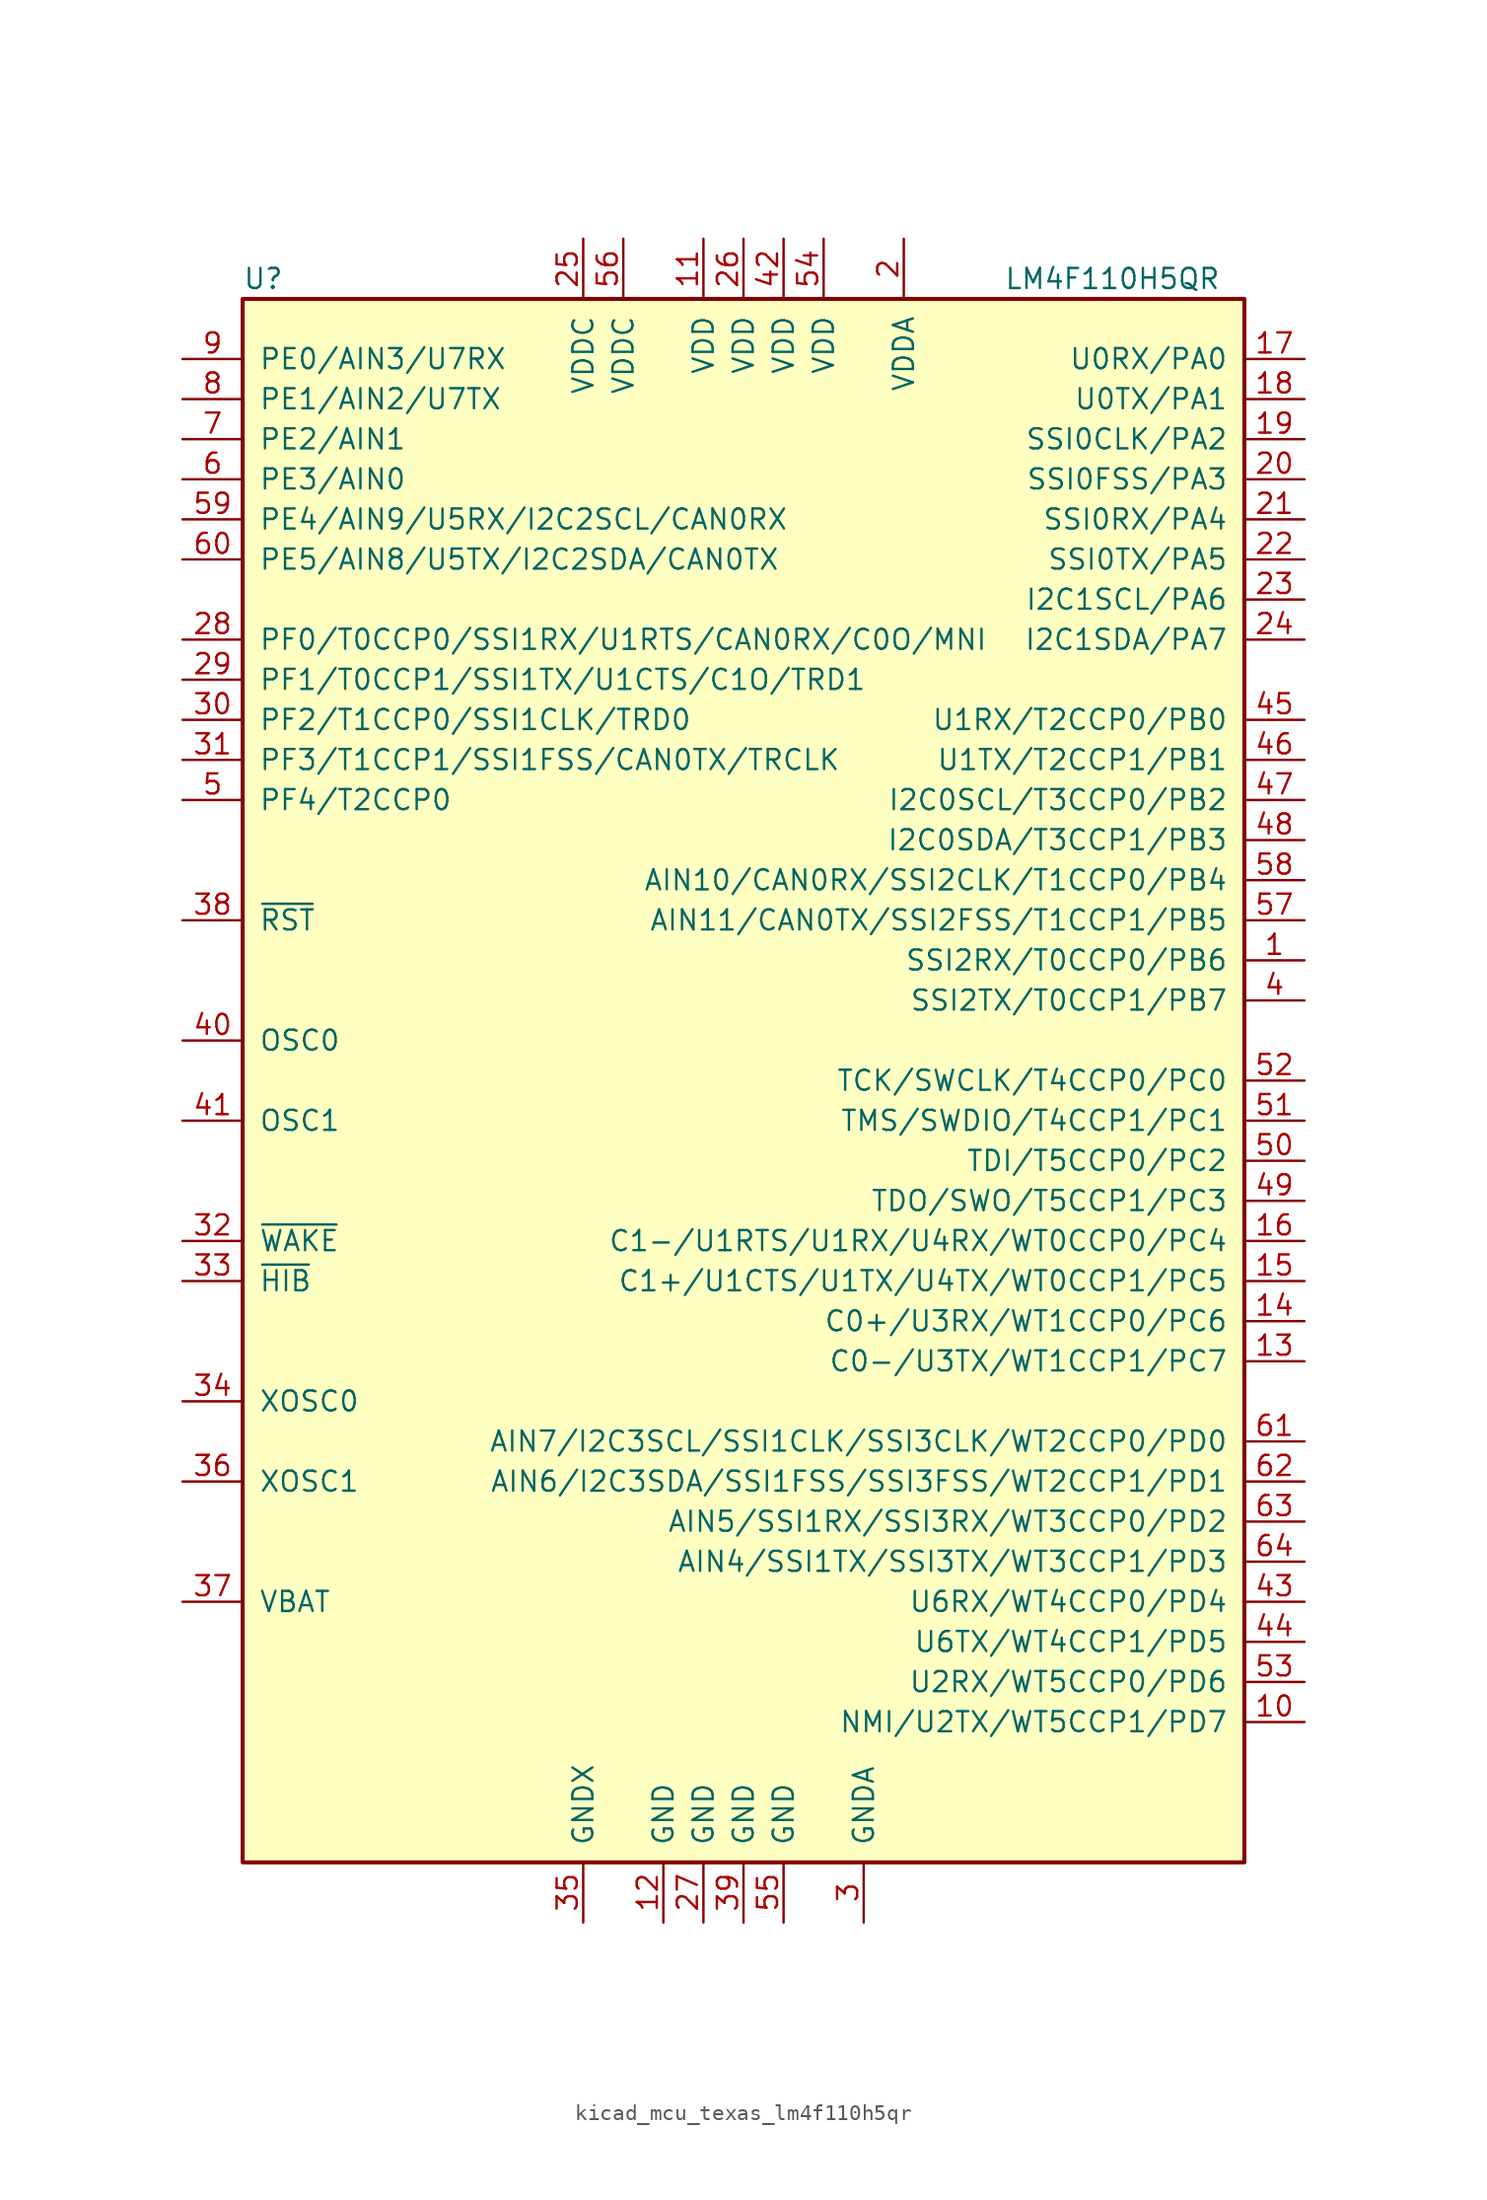
<source format=kicad_sym>
(kicad_symbol_lib
  (version 20220914)
  (generator kicad_symbol_editor)
  (symbol "kicad_mcu_texas_lm4f110h5qr"
    (pin_names
      (offset 1.016))
    (property "Reference" "U"
      (at -31.75 50.8 0)
      (effects (font (size 1.27 1.27)) (justify left)))
    (property "Value" "LM4F110H5QR"
      (at 16.51 50.8 0)
      (effects (font (size 1.27 1.27)) (justify left)))
    (symbol "kicad_mcu_texas_lm4f110h5qr_0_1"
      (rectangle (start -31.75 49.53) (end 31.75 -49.53) (stroke (width 0.254) (type default)) (fill (type background))))
    (symbol "kicad_mcu_texas_lm4f110h5qr_1_1"
      (pin bidirectional line (at 35.56 7.62 180) (length 3.81) (name "SSI2RX/T0CCP0/PB6" (effects (font (size 1.27 1.27)))) (number "1" (effects (font (size 1.27 1.27)))))
      (pin bidirectional line (at 35.56 -40.64 180) (length 3.81) (name "NMI/U2TX/WT5CCP1/PD7" (effects (font (size 1.27 1.27)))) (number "10" (effects (font (size 1.27 1.27)))))
      (pin power_in line (at -2.54 53.34 270) (length 3.81) (name "VDD" (effects (font (size 1.27 1.27)))) (number "11" (effects (font (size 1.27 1.27)))))
      (pin power_in line (at -5.08 -53.34 90) (length 3.81) (name "GND" (effects (font (size 1.27 1.27)))) (number "12" (effects (font (size 1.27 1.27)))))
      (pin bidirectional line (at 35.56 -17.78 180) (length 3.81) (name "C0-/U3TX/WT1CCP1/PC7" (effects (font (size 1.27 1.27)))) (number "13" (effects (font (size 1.27 1.27)))))
      (pin bidirectional line (at 35.56 -15.24 180) (length 3.81) (name "C0+/U3RX/WT1CCP0/PC6" (effects (font (size 1.27 1.27)))) (number "14" (effects (font (size 1.27 1.27)))))
      (pin bidirectional line (at 35.56 -12.7 180) (length 3.81) (name "C1+/U1CTS/U1TX/U4TX/WT0CCP1/PC5" (effects (font (size 1.27 1.27)))) (number "15" (effects (font (size 1.27 1.27)))))
      (pin bidirectional line (at 35.56 -10.16 180) (length 3.81) (name "C1-/U1RTS/U1RX/U4RX/WT0CCP0/PC4" (effects (font (size 1.27 1.27)))) (number "16" (effects (font (size 1.27 1.27)))))
      (pin bidirectional line (at 35.56 45.72 180) (length 3.81) (name "U0RX/PA0" (effects (font (size 1.27 1.27)))) (number "17" (effects (font (size 1.27 1.27)))))
      (pin bidirectional line (at 35.56 43.18 180) (length 3.81) (name "U0TX/PA1" (effects (font (size 1.27 1.27)))) (number "18" (effects (font (size 1.27 1.27)))))
      (pin bidirectional line (at 35.56 40.64 180) (length 3.81) (name "SSI0CLK/PA2" (effects (font (size 1.27 1.27)))) (number "19" (effects (font (size 1.27 1.27)))))
      (pin power_in line (at 10.16 53.34 270) (length 3.81) (name "VDDA" (effects (font (size 1.27 1.27)))) (number "2" (effects (font (size 1.27 1.27)))))
      (pin bidirectional line (at 35.56 38.1 180) (length 3.81) (name "SSI0FSS/PA3" (effects (font (size 1.27 1.27)))) (number "20" (effects (font (size 1.27 1.27)))))
      (pin bidirectional line (at 35.56 35.56 180) (length 3.81) (name "SSI0RX/PA4" (effects (font (size 1.27 1.27)))) (number "21" (effects (font (size 1.27 1.27)))))
      (pin bidirectional line (at 35.56 33.02 180) (length 3.81) (name "SSI0TX/PA5" (effects (font (size 1.27 1.27)))) (number "22" (effects (font (size 1.27 1.27)))))
      (pin bidirectional line (at 35.56 30.48 180) (length 3.81) (name "I2C1SCL/PA6" (effects (font (size 1.27 1.27)))) (number "23" (effects (font (size 1.27 1.27)))))
      (pin bidirectional line (at 35.56 27.94 180) (length 3.81) (name "I2C1SDA/PA7" (effects (font (size 1.27 1.27)))) (number "24" (effects (font (size 1.27 1.27)))))
      (pin power_in line (at -10.16 53.34 270) (length 3.81) (name "VDDC" (effects (font (size 1.27 1.27)))) (number "25" (effects (font (size 1.27 1.27)))))
      (pin power_in line (at 0 53.34 270) (length 3.81) (name "VDD" (effects (font (size 1.27 1.27)))) (number "26" (effects (font (size 1.27 1.27)))))
      (pin power_in line (at -2.54 -53.34 90) (length 3.81) (name "GND" (effects (font (size 1.27 1.27)))) (number "27" (effects (font (size 1.27 1.27)))))
      (pin bidirectional line (at -35.56 27.94 0) (length 3.81) (name "PF0/T0CCP0/SSI1RX/U1RTS/CAN0RX/C0O/MNI" (effects (font (size 1.27 1.27)))) (number "28" (effects (font (size 1.27 1.27)))))
      (pin bidirectional line (at -35.56 25.4 0) (length 3.81) (name "PF1/T0CCP1/SSI1TX/U1CTS/C1O/TRD1" (effects (font (size 1.27 1.27)))) (number "29" (effects (font (size 1.27 1.27)))))
      (pin power_in line (at 7.62 -53.34 90) (length 3.81) (name "GNDA" (effects (font (size 1.27 1.27)))) (number "3" (effects (font (size 1.27 1.27)))))
      (pin bidirectional line (at -35.56 22.86 0) (length 3.81) (name "PF2/T1CCP0/SSI1CLK/TRD0" (effects (font (size 1.27 1.27)))) (number "30" (effects (font (size 1.27 1.27)))))
      (pin bidirectional line (at -35.56 20.32 0) (length 3.81) (name "PF3/T1CCP1/SSI1FSS/CAN0TX/TRCLK" (effects (font (size 1.27 1.27)))) (number "31" (effects (font (size 1.27 1.27)))))
      (pin input line (at -35.56 -10.16 0) (length 3.81) (name "~{WAKE}" (effects (font (size 1.27 1.27)))) (number "32" (effects (font (size 1.27 1.27)))))
      (pin open_collector line (at -35.56 -12.7 0) (length 3.81) (name "~{HIB}" (effects (font (size 1.27 1.27)))) (number "33" (effects (font (size 1.27 1.27)))))
      (pin passive line (at -35.56 -20.32 0) (length 3.81) (name "XOSC0" (effects (font (size 1.27 1.27)))) (number "34" (effects (font (size 1.27 1.27)))))
      (pin power_in line (at -10.16 -53.34 90) (length 3.81) (name "GNDX" (effects (font (size 1.27 1.27)))) (number "35" (effects (font (size 1.27 1.27)))))
      (pin passive line (at -35.56 -25.4 0) (length 3.81) (name "XOSC1" (effects (font (size 1.27 1.27)))) (number "36" (effects (font (size 1.27 1.27)))))
      (pin passive line (at -35.56 -33.02 0) (length 3.81) (name "VBAT" (effects (font (size 1.27 1.27)))) (number "37" (effects (font (size 1.27 1.27)))))
      (pin input line (at -35.56 10.16 0) (length 3.81) (name "~{RST}" (effects (font (size 1.27 1.27)))) (number "38" (effects (font (size 1.27 1.27)))))
      (pin bidirectional line (at 0 -53.34 90) (length 3.81) (name "GND" (effects (font (size 1.27 1.27)))) (number "39" (effects (font (size 1.27 1.27)))))
      (pin bidirectional line (at 35.56 5.08 180) (length 3.81) (name "SSI2TX/T0CCP1/PB7" (effects (font (size 1.27 1.27)))) (number "4" (effects (font (size 1.27 1.27)))))
      (pin passive line (at -35.56 2.54 0) (length 3.81) (name "OSC0" (effects (font (size 1.27 1.27)))) (number "40" (effects (font (size 1.27 1.27)))))
      (pin passive line (at -35.56 -2.54 0) (length 3.81) (name "OSC1" (effects (font (size 1.27 1.27)))) (number "41" (effects (font (size 1.27 1.27)))))
      (pin power_in line (at 2.54 53.34 270) (length 3.81) (name "VDD" (effects (font (size 1.27 1.27)))) (number "42" (effects (font (size 1.27 1.27)))))
      (pin bidirectional line (at 35.56 -33.02 180) (length 3.81) (name "U6RX/WT4CCP0/PD4" (effects (font (size 1.27 1.27)))) (number "43" (effects (font (size 1.27 1.27)))))
      (pin bidirectional line (at 35.56 -35.56 180) (length 3.81) (name "U6TX/WT4CCP1/PD5" (effects (font (size 1.27 1.27)))) (number "44" (effects (font (size 1.27 1.27)))))
      (pin bidirectional line (at 35.56 22.86 180) (length 3.81) (name "U1RX/T2CCP0/PB0" (effects (font (size 1.27 1.27)))) (number "45" (effects (font (size 1.27 1.27)))))
      (pin bidirectional line (at 35.56 20.32 180) (length 3.81) (name "U1TX/T2CCP1/PB1" (effects (font (size 1.27 1.27)))) (number "46" (effects (font (size 1.27 1.27)))))
      (pin bidirectional line (at 35.56 17.78 180) (length 3.81) (name "I2C0SCL/T3CCP0/PB2" (effects (font (size 1.27 1.27)))) (number "47" (effects (font (size 1.27 1.27)))))
      (pin bidirectional line (at 35.56 15.24 180) (length 3.81) (name "I2C0SDA/T3CCP1/PB3" (effects (font (size 1.27 1.27)))) (number "48" (effects (font (size 1.27 1.27)))))
      (pin bidirectional line (at 35.56 -7.62 180) (length 3.81) (name "TDO/SWO/T5CCP1/PC3" (effects (font (size 1.27 1.27)))) (number "49" (effects (font (size 1.27 1.27)))))
      (pin bidirectional line (at -35.56 17.78 0) (length 3.81) (name "PF4/T2CCP0" (effects (font (size 1.27 1.27)))) (number "5" (effects (font (size 1.27 1.27)))))
      (pin bidirectional line (at 35.56 -5.08 180) (length 3.81) (name "TDI/T5CCP0/PC2" (effects (font (size 1.27 1.27)))) (number "50" (effects (font (size 1.27 1.27)))))
      (pin bidirectional line (at 35.56 -2.54 180) (length 3.81) (name "TMS/SWDIO/T4CCP1/PC1" (effects (font (size 1.27 1.27)))) (number "51" (effects (font (size 1.27 1.27)))))
      (pin bidirectional line (at 35.56 0 180) (length 3.81) (name "TCK/SWCLK/T4CCP0/PC0" (effects (font (size 1.27 1.27)))) (number "52" (effects (font (size 1.27 1.27)))))
      (pin bidirectional line (at 35.56 -38.1 180) (length 3.81) (name "U2RX/WT5CCP0/PD6" (effects (font (size 1.27 1.27)))) (number "53" (effects (font (size 1.27 1.27)))))
      (pin power_in line (at 5.08 53.34 270) (length 3.81) (name "VDD" (effects (font (size 1.27 1.27)))) (number "54" (effects (font (size 1.27 1.27)))))
      (pin power_in line (at 2.54 -53.34 90) (length 3.81) (name "GND" (effects (font (size 1.27 1.27)))) (number "55" (effects (font (size 1.27 1.27)))))
      (pin power_in line (at -7.62 53.34 270) (length 3.81) (name "VDDC" (effects (font (size 1.27 1.27)))) (number "56" (effects (font (size 1.27 1.27)))))
      (pin bidirectional line (at 35.56 10.16 180) (length 3.81) (name "AIN11/CAN0TX/SSI2FSS/T1CCP1/PB5" (effects (font (size 1.27 1.27)))) (number "57" (effects (font (size 1.27 1.27)))))
      (pin bidirectional line (at 35.56 12.7 180) (length 3.81) (name "AIN10/CAN0RX/SSI2CLK/T1CCP0/PB4" (effects (font (size 1.27 1.27)))) (number "58" (effects (font (size 1.27 1.27)))))
      (pin bidirectional line (at -35.56 35.56 0) (length 3.81) (name "PE4/AIN9/U5RX/I2C2SCL/CAN0RX" (effects (font (size 1.27 1.27)))) (number "59" (effects (font (size 1.27 1.27)))))
      (pin bidirectional line (at -35.56 38.1 0) (length 3.81) (name "PE3/AIN0" (effects (font (size 1.27 1.27)))) (number "6" (effects (font (size 1.27 1.27)))))
      (pin bidirectional line (at -35.56 33.02 0) (length 3.81) (name "PE5/AIN8/U5TX/I2C2SDA/CAN0TX" (effects (font (size 1.27 1.27)))) (number "60" (effects (font (size 1.27 1.27)))))
      (pin bidirectional line (at 35.56 -22.86 180) (length 3.81) (name "AIN7/I2C3SCL/SSI1CLK/SSI3CLK/WT2CCP0/PD0" (effects (font (size 1.27 1.27)))) (number "61" (effects (font (size 1.27 1.27)))))
      (pin bidirectional line (at 35.56 -25.4 180) (length 3.81) (name "AIN6/I2C3SDA/SSI1FSS/SSI3FSS/WT2CCP1/PD1" (effects (font (size 1.27 1.27)))) (number "62" (effects (font (size 1.27 1.27)))))
      (pin bidirectional line (at 35.56 -27.94 180) (length 3.81) (name "AIN5/SSI1RX/SSI3RX/WT3CCP0/PD2" (effects (font (size 1.27 1.27)))) (number "63" (effects (font (size 1.27 1.27)))))
      (pin bidirectional line (at 35.56 -30.48 180) (length 3.81) (name "AIN4/SSI1TX/SSI3TX/WT3CCP1/PD3" (effects (font (size 1.27 1.27)))) (number "64" (effects (font (size 1.27 1.27)))))
      (pin bidirectional line (at -35.56 40.64 0) (length 3.81) (name "PE2/AIN1" (effects (font (size 1.27 1.27)))) (number "7" (effects (font (size 1.27 1.27)))))
      (pin bidirectional line (at -35.56 43.18 0) (length 3.81) (name "PE1/AIN2/U7TX" (effects (font (size 1.27 1.27)))) (number "8" (effects (font (size 1.27 1.27)))))
      (pin bidirectional line (at -35.56 45.72 0) (length 3.81) (name "PE0/AIN3/U7RX" (effects (font (size 1.27 1.27)))) (number "9" (effects (font (size 1.27 1.27))))))))
</source>
